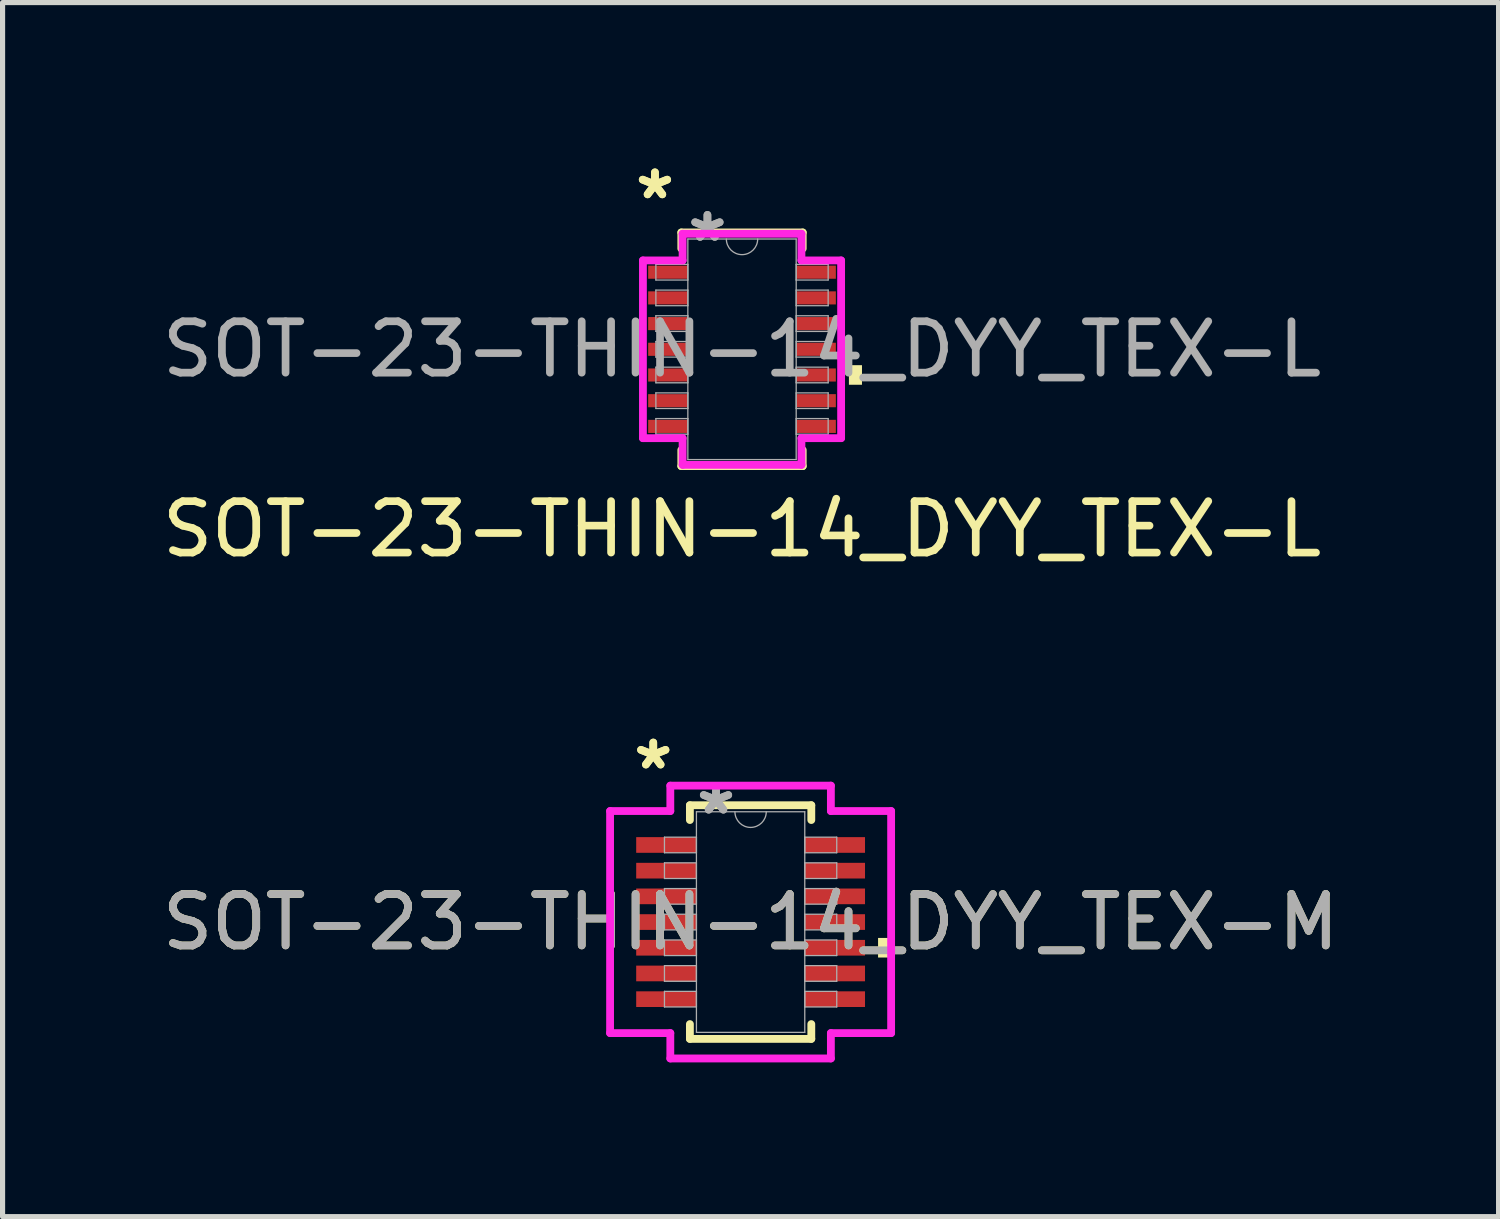
<source format=kicad_pcb>
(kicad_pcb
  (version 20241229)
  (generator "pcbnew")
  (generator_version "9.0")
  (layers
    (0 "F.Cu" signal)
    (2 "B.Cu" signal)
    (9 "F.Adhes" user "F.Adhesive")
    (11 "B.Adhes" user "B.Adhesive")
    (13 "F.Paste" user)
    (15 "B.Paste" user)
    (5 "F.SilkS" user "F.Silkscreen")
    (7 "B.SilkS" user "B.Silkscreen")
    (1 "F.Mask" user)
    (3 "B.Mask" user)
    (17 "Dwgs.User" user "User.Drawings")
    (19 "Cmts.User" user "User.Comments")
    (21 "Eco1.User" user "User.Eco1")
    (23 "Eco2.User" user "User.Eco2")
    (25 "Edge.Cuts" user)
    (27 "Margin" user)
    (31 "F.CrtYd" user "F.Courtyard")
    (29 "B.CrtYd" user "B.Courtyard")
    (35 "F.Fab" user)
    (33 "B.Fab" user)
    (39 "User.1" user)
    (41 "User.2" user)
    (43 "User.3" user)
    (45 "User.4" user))
  (footprint "SOT-23-THIN-14_DYY_TEX-L"
    (layer "F.Cu")
    (at 11.387 3.746)
    (property "Reference" "SOT-23-THIN-14_DYY_TEX-L" (at 0 3.5 0) (unlocked yes) (layer "F.SilkS") (effects (font (size 1 1) (thickness 0.15))))
    (attr smd)
    (fp_line (start -1.181 -2.273) (end -1.181 -1.96) (stroke (width 0.152) (type solid)) (layer "F.SilkS"))
    (fp_line (start -1.181 1.96) (end -1.181 2.273) (stroke (width 0.152) (type solid)) (layer "F.SilkS"))
    (fp_line (start -1.181 2.273) (end 1.181 2.273) (stroke (width 0.152) (type solid)) (layer "F.SilkS"))
    (fp_line (start 1.181 -2.273) (end -1.181 -2.273) (stroke (width 0.152) (type solid)) (layer "F.SilkS"))
    (fp_line (start 1.181 -1.96) (end 1.181 -2.273) (stroke (width 0.152) (type solid)) (layer "F.SilkS"))
    (fp_line (start 1.181 2.273) (end 1.181 1.96) (stroke (width 0.152) (type solid)) (layer "F.SilkS"))
    (fp_poly (pts (xy 2.334 0.309) (xy 2.334 0.69) (xy 2.08 0.69) (xy 2.08 0.309)) (stroke (width 0) (type solid)) (fill yes) (layer "F.SilkS"))
    (fp_line (start -1.928 -1.729) (end -1.156 -1.729) (stroke (width 0.152) (type solid)) (layer "F.CrtYd"))
    (fp_line (start -1.928 1.729) (end -1.928 -1.729) (stroke (width 0.152) (type solid)) (layer "F.CrtYd"))
    (fp_line (start -1.928 1.729) (end -1.156 1.729) (stroke (width 0.152) (type solid)) (layer "F.CrtYd"))
    (fp_line (start -1.156 -2.248) (end 1.156 -2.248) (stroke (width 0.152) (type solid)) (layer "F.CrtYd"))
    (fp_line (start -1.156 -1.729) (end -1.156 -2.248) (stroke (width 0.152) (type solid)) (layer "F.CrtYd"))
    (fp_line (start -1.156 2.248) (end -1.156 1.729) (stroke (width 0.152) (type solid)) (layer "F.CrtYd"))
    (fp_line (start 1.156 -2.248) (end 1.156 -1.729) (stroke (width 0.152) (type solid)) (layer "F.CrtYd"))
    (fp_line (start 1.156 1.729) (end 1.156 2.248) (stroke (width 0.152) (type solid)) (layer "F.CrtYd"))
    (fp_line (start 1.156 2.248) (end -1.156 2.248) (stroke (width 0.152) (type solid)) (layer "F.CrtYd"))
    (fp_line (start 1.928 -1.729) (end 1.156 -1.729) (stroke (width 0.152) (type solid)) (layer "F.CrtYd"))
    (fp_line (start 1.928 -1.729) (end 1.928 1.729) (stroke (width 0.152) (type solid)) (layer "F.CrtYd"))
    (fp_line (start 1.928 1.729) (end 1.156 1.729) (stroke (width 0.152) (type solid)) (layer "F.CrtYd"))
    (fp_line (start -1.676 -1.652) (end -1.676 -1.348) (stroke (width 0.025) (type solid)) (layer "F.Fab"))
    (fp_line (start -1.676 -1.348) (end -1.054 -1.348) (stroke (width 0.025) (type solid)) (layer "F.Fab"))
    (fp_line (start -1.676 -1.152) (end -1.676 -0.848) (stroke (width 0.025) (type solid)) (layer "F.Fab"))
    (fp_line (start -1.676 -0.848) (end -1.054 -0.848) (stroke (width 0.025) (type solid)) (layer "F.Fab"))
    (fp_line (start -1.676 -0.652) (end -1.676 -0.348) (stroke (width 0.025) (type solid)) (layer "F.Fab"))
    (fp_line (start -1.676 -0.348) (end -1.054 -0.348) (stroke (width 0.025) (type solid)) (layer "F.Fab"))
    (fp_line (start -1.676 -0.152) (end -1.676 0.152) (stroke (width 0.025) (type solid)) (layer "F.Fab"))
    (fp_line (start -1.676 0.152) (end -1.054 0.152) (stroke (width 0.025) (type solid)) (layer "F.Fab"))
    (fp_line (start -1.676 0.348) (end -1.676 0.652) (stroke (width 0.025) (type solid)) (layer "F.Fab"))
    (fp_line (start -1.676 0.652) (end -1.054 0.652) (stroke (width 0.025) (type solid)) (layer "F.Fab"))
    (fp_line (start -1.676 0.848) (end -1.676 1.152) (stroke (width 0.025) (type solid)) (layer "F.Fab"))
    (fp_line (start -1.676 1.152) (end -1.054 1.152) (stroke (width 0.025) (type solid)) (layer "F.Fab"))
    (fp_line (start -1.676 1.348) (end -1.676 1.652) (stroke (width 0.025) (type solid)) (layer "F.Fab"))
    (fp_line (start -1.676 1.652) (end -1.054 1.652) (stroke (width 0.025) (type solid)) (layer "F.Fab"))
    (fp_line (start -1.054 -2.146) (end -1.054 2.146) (stroke (width 0.025) (type solid)) (layer "F.Fab"))
    (fp_line (start -1.054 -1.652) (end -1.676 -1.652) (stroke (width 0.025) (type solid)) (layer "F.Fab"))
    (fp_line (start -1.054 -1.348) (end -1.054 -1.652) (stroke (width 0.025) (type solid)) (layer "F.Fab"))
    (fp_line (start -1.054 -1.152) (end -1.676 -1.152) (stroke (width 0.025) (type solid)) (layer "F.Fab"))
    (fp_line (start -1.054 -0.848) (end -1.054 -1.152) (stroke (width 0.025) (type solid)) (layer "F.Fab"))
    (fp_line (start -1.054 -0.652) (end -1.676 -0.652) (stroke (width 0.025) (type solid)) (layer "F.Fab"))
    (fp_line (start -1.054 -0.348) (end -1.054 -0.652) (stroke (width 0.025) (type solid)) (layer "F.Fab"))
    (fp_line (start -1.054 -0.152) (end -1.676 -0.152) (stroke (width 0.025) (type solid)) (layer "F.Fab"))
    (fp_line (start -1.054 0.152) (end -1.054 -0.152) (stroke (width 0.025) (type solid)) (layer "F.Fab"))
    (fp_line (start -1.054 0.348) (end -1.676 0.348) (stroke (width 0.025) (type solid)) (layer "F.Fab"))
    (fp_line (start -1.054 0.652) (end -1.054 0.348) (stroke (width 0.025) (type solid)) (layer "F.Fab"))
    (fp_line (start -1.054 0.848) (end -1.676 0.848) (stroke (width 0.025) (type solid)) (layer "F.Fab"))
    (fp_line (start -1.054 1.152) (end -1.054 0.848) (stroke (width 0.025) (type solid)) (layer "F.Fab"))
    (fp_line (start -1.054 1.348) (end -1.676 1.348) (stroke (width 0.025) (type solid)) (layer "F.Fab"))
    (fp_line (start -1.054 1.652) (end -1.054 1.348) (stroke (width 0.025) (type solid)) (layer "F.Fab"))
    (fp_line (start -1.054 2.146) (end 1.054 2.146) (stroke (width 0.025) (type solid)) (layer "F.Fab"))
    (fp_line (start 1.054 -2.146) (end -1.054 -2.146) (stroke (width 0.025) (type solid)) (layer "F.Fab"))
    (fp_line (start 1.054 -1.652) (end 1.054 -1.348) (stroke (width 0.025) (type solid)) (layer "F.Fab"))
    (fp_line (start 1.054 -1.348) (end 1.676 -1.348) (stroke (width 0.025) (type solid)) (layer "F.Fab"))
    (fp_line (start 1.054 -1.152) (end 1.054 -0.848) (stroke (width 0.025) (type solid)) (layer "F.Fab"))
    (fp_line (start 1.054 -0.848) (end 1.676 -0.848) (stroke (width 0.025) (type solid)) (layer "F.Fab"))
    (fp_line (start 1.054 -0.652) (end 1.054 -0.348) (stroke (width 0.025) (type solid)) (layer "F.Fab"))
    (fp_line (start 1.054 -0.348) (end 1.676 -0.348) (stroke (width 0.025) (type solid)) (layer "F.Fab"))
    (fp_line (start 1.054 -0.152) (end 1.054 0.152) (stroke (width 0.025) (type solid)) (layer "F.Fab"))
    (fp_line (start 1.054 0.152) (end 1.676 0.152) (stroke (width 0.025) (type solid)) (layer "F.Fab"))
    (fp_line (start 1.054 0.348) (end 1.054 0.652) (stroke (width 0.025) (type solid)) (layer "F.Fab"))
    (fp_line (start 1.054 0.652) (end 1.676 0.652) (stroke (width 0.025) (type solid)) (layer "F.Fab"))
    (fp_line (start 1.054 0.848) (end 1.054 1.152) (stroke (width 0.025) (type solid)) (layer "F.Fab"))
    (fp_line (start 1.054 1.152) (end 1.676 1.152) (stroke (width 0.025) (type solid)) (layer "F.Fab"))
    (fp_line (start 1.054 1.348) (end 1.054 1.652) (stroke (width 0.025) (type solid)) (layer "F.Fab"))
    (fp_line (start 1.054 1.652) (end 1.676 1.652) (stroke (width 0.025) (type solid)) (layer "F.Fab"))
    (fp_line (start 1.054 2.146) (end 1.054 -2.146) (stroke (width 0.025) (type solid)) (layer "F.Fab"))
    (fp_line (start 1.676 -1.652) (end 1.054 -1.652) (stroke (width 0.025) (type solid)) (layer "F.Fab"))
    (fp_line (start 1.676 -1.348) (end 1.676 -1.652) (stroke (width 0.025) (type solid)) (layer "F.Fab"))
    (fp_line (start 1.676 -1.152) (end 1.054 -1.152) (stroke (width 0.025) (type solid)) (layer "F.Fab"))
    (fp_line (start 1.676 -0.848) (end 1.676 -1.152) (stroke (width 0.025) (type solid)) (layer "F.Fab"))
    (fp_line (start 1.676 -0.652) (end 1.054 -0.652) (stroke (width 0.025) (type solid)) (layer "F.Fab"))
    (fp_line (start 1.676 -0.348) (end 1.676 -0.652) (stroke (width 0.025) (type solid)) (layer "F.Fab"))
    (fp_line (start 1.676 -0.152) (end 1.054 -0.152) (stroke (width 0.025) (type solid)) (layer "F.Fab"))
    (fp_line (start 1.676 0.152) (end 1.676 -0.152) (stroke (width 0.025) (type solid)) (layer "F.Fab"))
    (fp_line (start 1.676 0.348) (end 1.054 0.348) (stroke (width 0.025) (type solid)) (layer "F.Fab"))
    (fp_line (start 1.676 0.652) (end 1.676 0.348) (stroke (width 0.025) (type solid)) (layer "F.Fab"))
    (fp_line (start 1.676 0.848) (end 1.054 0.848) (stroke (width 0.025) (type solid)) (layer "F.Fab"))
    (fp_line (start 1.676 1.152) (end 1.676 0.848) (stroke (width 0.025) (type solid)) (layer "F.Fab"))
    (fp_line (start 1.676 1.348) (end 1.054 1.348) (stroke (width 0.025) (type solid)) (layer "F.Fab"))
    (fp_line (start 1.676 1.652) (end 1.676 1.348) (stroke (width 0.025) (type solid)) (layer "F.Fab"))
    (fp_arc (start 0.3048 -2.1463) (mid 0 -1.8415) (end -0.3048 -2.1463) (stroke (width 0.0254) (type solid)) (layer "F.Fab"))
    (fp_text user "*" (at -1.694 -2.898 0) (layer "F.SilkS") (effects (font (size 1 1) (thickness 0.15))))
    (fp_text user "*" (at -1.694 -2.898 0) (unlocked yes) (layer "F.SilkS") (effects (font (size 1 1) (thickness 0.15))))
    (fp_text user "${REFERENCE}" (at 0 0 0) (unlocked yes) (layer "F.Fab") (effects (font (size 1 1) (thickness 0.15))))
    (fp_text user "*" (at -0.673 -2.07 0) (unlocked yes) (layer "F.Fab") (effects (font (size 1 1) (thickness 0.15))))
    (fp_text user "*" (at -0.673 -2.07 0) (layer "F.Fab") (effects (font (size 1 1) (thickness 0.15))))
    (pad "1" smd rect (at -1.44 -1.5) (size 0.772 0.255) (layers "F.Cu" "F.Mask" "F.Paste"))
    (pad "2" smd rect (at -1.44 -1) (size 0.772 0.255) (layers "F.Cu" "F.Mask" "F.Paste"))
    (pad "3" smd rect (at -1.44 -0.5) (size 0.772 0.255) (layers "F.Cu" "F.Mask" "F.Paste"))
    (pad "4" smd rect (at -1.44 0) (size 0.772 0.255) (layers "F.Cu" "F.Mask" "F.Paste"))
    (pad "5" smd rect (at -1.44 0.5) (size 0.772 0.255) (layers "F.Cu" "F.Mask" "F.Paste"))
    (pad "6" smd rect (at -1.44 1) (size 0.772 0.255) (layers "F.Cu" "F.Mask" "F.Paste"))
    (pad "7" smd rect (at -1.44 1.5) (size 0.772 0.255) (layers "F.Cu" "F.Mask" "F.Paste"))
    (pad "8" smd rect (at 1.44 1.5) (size 0.772 0.255) (layers "F.Cu" "F.Mask" "F.Paste"))
    (pad "9" smd rect (at 1.44 1) (size 0.772 0.255) (layers "F.Cu" "F.Mask" "F.Paste"))
    (pad "10" smd rect (at 1.44 0.5) (size 0.772 0.255) (layers "F.Cu" "F.Mask" "F.Paste"))
    (pad "11" smd rect (at 1.44 0) (size 0.772 0.255) (layers "F.Cu" "F.Mask" "F.Paste"))
    (pad "12" smd rect (at 1.44 -0.5) (size 0.772 0.255) (layers "F.Cu" "F.Mask" "F.Paste"))
    (pad "13" smd rect (at 1.44 -1) (size 0.772 0.255) (layers "F.Cu" "F.Mask" "F.Paste"))
    (pad "14" smd rect (at 1.44 -1.5) (size 0.772 0.255) (layers "F.Cu" "F.Mask" "F.Paste")))
  (footprint "SOT-23-THIN-14_DYY_TEX-M"
    (layer "F.Cu")
    (at 11.554 14.89)
    (property "Reference" "SOT-23-THIN-14_DYY_TEX-M" (at 0 0 0) (unlocked yes) (layer "F.SilkS") (effects (font (size 1 1) (thickness 0.15))))
    (attr smd)
    (fp_line (start -1.181 -2.273) (end -1.181 -1.985) (stroke (width 0.152) (type solid)) (layer "F.SilkS"))
    (fp_line (start -1.181 1.985) (end -1.181 2.273) (stroke (width 0.152) (type solid)) (layer "F.SilkS"))
    (fp_line (start -1.181 2.273) (end 1.181 2.273) (stroke (width 0.152) (type solid)) (layer "F.SilkS"))
    (fp_line (start 1.181 -2.273) (end -1.181 -2.273) (stroke (width 0.152) (type solid)) (layer "F.SilkS"))
    (fp_line (start 1.181 -1.985) (end 1.181 -2.273) (stroke (width 0.152) (type solid)) (layer "F.SilkS"))
    (fp_line (start 1.181 2.273) (end 1.181 1.985) (stroke (width 0.152) (type solid)) (layer "F.SilkS"))
    (fp_poly (pts (xy 2.734 0.309) (xy 2.734 0.69) (xy 2.48 0.69) (xy 2.48 0.309)) (stroke (width 0) (type solid)) (fill yes) (layer "F.SilkS"))
    (fp_line (start -2.734 -2.16) (end -1.562 -2.16) (stroke (width 0.152) (type solid)) (layer "F.CrtYd"))
    (fp_line (start -2.734 2.16) (end -2.734 -2.16) (stroke (width 0.152) (type solid)) (layer "F.CrtYd"))
    (fp_line (start -2.734 2.16) (end -1.562 2.16) (stroke (width 0.152) (type solid)) (layer "F.CrtYd"))
    (fp_line (start -1.562 -2.654) (end 1.562 -2.654) (stroke (width 0.152) (type solid)) (layer "F.CrtYd"))
    (fp_line (start -1.562 -2.16) (end -1.562 -2.654) (stroke (width 0.152) (type solid)) (layer "F.CrtYd"))
    (fp_line (start -1.562 2.654) (end -1.562 2.16) (stroke (width 0.152) (type solid)) (layer "F.CrtYd"))
    (fp_line (start 1.562 -2.654) (end 1.562 -2.16) (stroke (width 0.152) (type solid)) (layer "F.CrtYd"))
    (fp_line (start 1.562 2.16) (end 1.562 2.654) (stroke (width 0.152) (type solid)) (layer "F.CrtYd"))
    (fp_line (start 1.562 2.654) (end -1.562 2.654) (stroke (width 0.152) (type solid)) (layer "F.CrtYd"))
    (fp_line (start 2.734 -2.16) (end 1.562 -2.16) (stroke (width 0.152) (type solid)) (layer "F.CrtYd"))
    (fp_line (start 2.734 -2.16) (end 2.734 2.16) (stroke (width 0.152) (type solid)) (layer "F.CrtYd"))
    (fp_line (start 2.734 2.16) (end 1.562 2.16) (stroke (width 0.152) (type solid)) (layer "F.CrtYd"))
    (fp_line (start -1.676 -1.652) (end -1.676 -1.348) (stroke (width 0.025) (type solid)) (layer "F.Fab"))
    (fp_line (start -1.676 -1.348) (end -1.054 -1.348) (stroke (width 0.025) (type solid)) (layer "F.Fab"))
    (fp_line (start -1.676 -1.152) (end -1.676 -0.848) (stroke (width 0.025) (type solid)) (layer "F.Fab"))
    (fp_line (start -1.676 -0.848) (end -1.054 -0.848) (stroke (width 0.025) (type solid)) (layer "F.Fab"))
    (fp_line (start -1.676 -0.652) (end -1.676 -0.348) (stroke (width 0.025) (type solid)) (layer "F.Fab"))
    (fp_line (start -1.676 -0.348) (end -1.054 -0.348) (stroke (width 0.025) (type solid)) (layer "F.Fab"))
    (fp_line (start -1.676 -0.152) (end -1.676 0.152) (stroke (width 0.025) (type solid)) (layer "F.Fab"))
    (fp_line (start -1.676 0.152) (end -1.054 0.152) (stroke (width 0.025) (type solid)) (layer "F.Fab"))
    (fp_line (start -1.676 0.348) (end -1.676 0.652) (stroke (width 0.025) (type solid)) (layer "F.Fab"))
    (fp_line (start -1.676 0.652) (end -1.054 0.652) (stroke (width 0.025) (type solid)) (layer "F.Fab"))
    (fp_line (start -1.676 0.848) (end -1.676 1.152) (stroke (width 0.025) (type solid)) (layer "F.Fab"))
    (fp_line (start -1.676 1.152) (end -1.054 1.152) (stroke (width 0.025) (type solid)) (layer "F.Fab"))
    (fp_line (start -1.676 1.348) (end -1.676 1.652) (stroke (width 0.025) (type solid)) (layer "F.Fab"))
    (fp_line (start -1.676 1.652) (end -1.054 1.652) (stroke (width 0.025) (type solid)) (layer "F.Fab"))
    (fp_line (start -1.054 -2.146) (end -1.054 2.146) (stroke (width 0.025) (type solid)) (layer "F.Fab"))
    (fp_line (start -1.054 -1.652) (end -1.676 -1.652) (stroke (width 0.025) (type solid)) (layer "F.Fab"))
    (fp_line (start -1.054 -1.348) (end -1.054 -1.652) (stroke (width 0.025) (type solid)) (layer "F.Fab"))
    (fp_line (start -1.054 -1.152) (end -1.676 -1.152) (stroke (width 0.025) (type solid)) (layer "F.Fab"))
    (fp_line (start -1.054 -0.848) (end -1.054 -1.152) (stroke (width 0.025) (type solid)) (layer "F.Fab"))
    (fp_line (start -1.054 -0.652) (end -1.676 -0.652) (stroke (width 0.025) (type solid)) (layer "F.Fab"))
    (fp_line (start -1.054 -0.348) (end -1.054 -0.652) (stroke (width 0.025) (type solid)) (layer "F.Fab"))
    (fp_line (start -1.054 -0.152) (end -1.676 -0.152) (stroke (width 0.025) (type solid)) (layer "F.Fab"))
    (fp_line (start -1.054 0.152) (end -1.054 -0.152) (stroke (width 0.025) (type solid)) (layer "F.Fab"))
    (fp_line (start -1.054 0.348) (end -1.676 0.348) (stroke (width 0.025) (type solid)) (layer "F.Fab"))
    (fp_line (start -1.054 0.652) (end -1.054 0.348) (stroke (width 0.025) (type solid)) (layer "F.Fab"))
    (fp_line (start -1.054 0.848) (end -1.676 0.848) (stroke (width 0.025) (type solid)) (layer "F.Fab"))
    (fp_line (start -1.054 1.152) (end -1.054 0.848) (stroke (width 0.025) (type solid)) (layer "F.Fab"))
    (fp_line (start -1.054 1.348) (end -1.676 1.348) (stroke (width 0.025) (type solid)) (layer "F.Fab"))
    (fp_line (start -1.054 1.652) (end -1.054 1.348) (stroke (width 0.025) (type solid)) (layer "F.Fab"))
    (fp_line (start -1.054 2.146) (end 1.054 2.146) (stroke (width 0.025) (type solid)) (layer "F.Fab"))
    (fp_line (start 1.054 -2.146) (end -1.054 -2.146) (stroke (width 0.025) (type solid)) (layer "F.Fab"))
    (fp_line (start 1.054 -1.652) (end 1.054 -1.348) (stroke (width 0.025) (type solid)) (layer "F.Fab"))
    (fp_line (start 1.054 -1.348) (end 1.676 -1.348) (stroke (width 0.025) (type solid)) (layer "F.Fab"))
    (fp_line (start 1.054 -1.152) (end 1.054 -0.848) (stroke (width 0.025) (type solid)) (layer "F.Fab"))
    (fp_line (start 1.054 -0.848) (end 1.676 -0.848) (stroke (width 0.025) (type solid)) (layer "F.Fab"))
    (fp_line (start 1.054 -0.652) (end 1.054 -0.348) (stroke (width 0.025) (type solid)) (layer "F.Fab"))
    (fp_line (start 1.054 -0.348) (end 1.676 -0.348) (stroke (width 0.025) (type solid)) (layer "F.Fab"))
    (fp_line (start 1.054 -0.152) (end 1.054 0.152) (stroke (width 0.025) (type solid)) (layer "F.Fab"))
    (fp_line (start 1.054 0.152) (end 1.676 0.152) (stroke (width 0.025) (type solid)) (layer "F.Fab"))
    (fp_line (start 1.054 0.348) (end 1.054 0.652) (stroke (width 0.025) (type solid)) (layer "F.Fab"))
    (fp_line (start 1.054 0.652) (end 1.676 0.652) (stroke (width 0.025) (type solid)) (layer "F.Fab"))
    (fp_line (start 1.054 0.848) (end 1.054 1.152) (stroke (width 0.025) (type solid)) (layer "F.Fab"))
    (fp_line (start 1.054 1.152) (end 1.676 1.152) (stroke (width 0.025) (type solid)) (layer "F.Fab"))
    (fp_line (start 1.054 1.348) (end 1.054 1.652) (stroke (width 0.025) (type solid)) (layer "F.Fab"))
    (fp_line (start 1.054 1.652) (end 1.676 1.652) (stroke (width 0.025) (type solid)) (layer "F.Fab"))
    (fp_line (start 1.054 2.146) (end 1.054 -2.146) (stroke (width 0.025) (type solid)) (layer "F.Fab"))
    (fp_line (start 1.676 -1.652) (end 1.054 -1.652) (stroke (width 0.025) (type solid)) (layer "F.Fab"))
    (fp_line (start 1.676 -1.348) (end 1.676 -1.652) (stroke (width 0.025) (type solid)) (layer "F.Fab"))
    (fp_line (start 1.676 -1.152) (end 1.054 -1.152) (stroke (width 0.025) (type solid)) (layer "F.Fab"))
    (fp_line (start 1.676 -0.848) (end 1.676 -1.152) (stroke (width 0.025) (type solid)) (layer "F.Fab"))
    (fp_line (start 1.676 -0.652) (end 1.054 -0.652) (stroke (width 0.025) (type solid)) (layer "F.Fab"))
    (fp_line (start 1.676 -0.348) (end 1.676 -0.652) (stroke (width 0.025) (type solid)) (layer "F.Fab"))
    (fp_line (start 1.676 -0.152) (end 1.054 -0.152) (stroke (width 0.025) (type solid)) (layer "F.Fab"))
    (fp_line (start 1.676 0.152) (end 1.676 -0.152) (stroke (width 0.025) (type solid)) (layer "F.Fab"))
    (fp_line (start 1.676 0.348) (end 1.054 0.348) (stroke (width 0.025) (type solid)) (layer "F.Fab"))
    (fp_line (start 1.676 0.652) (end 1.676 0.348) (stroke (width 0.025) (type solid)) (layer "F.Fab"))
    (fp_line (start 1.676 0.848) (end 1.054 0.848) (stroke (width 0.025) (type solid)) (layer "F.Fab"))
    (fp_line (start 1.676 1.152) (end 1.676 0.848) (stroke (width 0.025) (type solid)) (layer "F.Fab"))
    (fp_line (start 1.676 1.348) (end 1.054 1.348) (stroke (width 0.025) (type solid)) (layer "F.Fab"))
    (fp_line (start 1.676 1.652) (end 1.676 1.348) (stroke (width 0.025) (type solid)) (layer "F.Fab"))
    (fp_arc (start 0.3048 -2.1463) (mid 0 -1.8415) (end -0.3048 -2.1463) (stroke (width 0.0254) (type solid)) (layer "F.Fab"))
    (fp_text user "*" (at -1.894 -2.948 0) (layer "F.SilkS") (effects (font (size 1 1) (thickness 0.15))))
    (fp_text user "*" (at -1.894 -2.948 0) (unlocked yes) (layer "F.SilkS") (effects (font (size 1 1) (thickness 0.15))))
    (fp_text user "${REFERENCE}" (at 0 0 0) (unlocked yes) (layer "F.Fab") (effects (font (size 1 1) (thickness 0.15))))
    (fp_text user "*" (at -0.673 -2.07 0) (unlocked yes) (layer "F.Fab") (effects (font (size 1 1) (thickness 0.15))))
    (fp_text user "*" (at -0.673 -2.07 0) (layer "F.Fab") (effects (font (size 1 1) (thickness 0.15))))
    (pad "1" smd rect (at -1.64 -1.5) (size 1.172 0.305) (layers "F.Cu" "F.Mask" "F.Paste"))
    (pad "2" smd rect (at -1.64 -1) (size 1.172 0.305) (layers "F.Cu" "F.Mask" "F.Paste"))
    (pad "3" smd rect (at -1.64 -0.5) (size 1.172 0.305) (layers "F.Cu" "F.Mask" "F.Paste"))
    (pad "4" smd rect (at -1.64 0) (size 1.172 0.305) (layers "F.Cu" "F.Mask" "F.Paste"))
    (pad "5" smd rect (at -1.64 0.5) (size 1.172 0.305) (layers "F.Cu" "F.Mask" "F.Paste"))
    (pad "6" smd rect (at -1.64 1) (size 1.172 0.305) (layers "F.Cu" "F.Mask" "F.Paste"))
    (pad "7" smd rect (at -1.64 1.5) (size 1.172 0.305) (layers "F.Cu" "F.Mask" "F.Paste"))
    (pad "8" smd rect (at 1.64 1.5) (size 1.172 0.305) (layers "F.Cu" "F.Mask" "F.Paste"))
    (pad "9" smd rect (at 1.64 1) (size 1.172 0.305) (layers "F.Cu" "F.Mask" "F.Paste"))
    (pad "10" smd rect (at 1.64 0.5) (size 1.172 0.305) (layers "F.Cu" "F.Mask" "F.Paste"))
    (pad "11" smd rect (at 1.64 0) (size 1.172 0.305) (layers "F.Cu" "F.Mask" "F.Paste"))
    (pad "12" smd rect (at 1.64 -0.5) (size 1.172 0.305) (layers "F.Cu" "F.Mask" "F.Paste"))
    (pad "13" smd rect (at 1.64 -1) (size 1.172 0.305) (layers "F.Cu" "F.Mask" "F.Paste"))
    (pad "14" smd rect (at 1.64 -1.5) (size 1.172 0.305) (layers "F.Cu" "F.Mask" "F.Paste")))
  (gr_rect
    (start -3 -3)
    (end 26.107 20.621)
    (stroke (width 0.1) (type default))
    (fill no)
    (layer "Edge.Cuts")))
</source>
